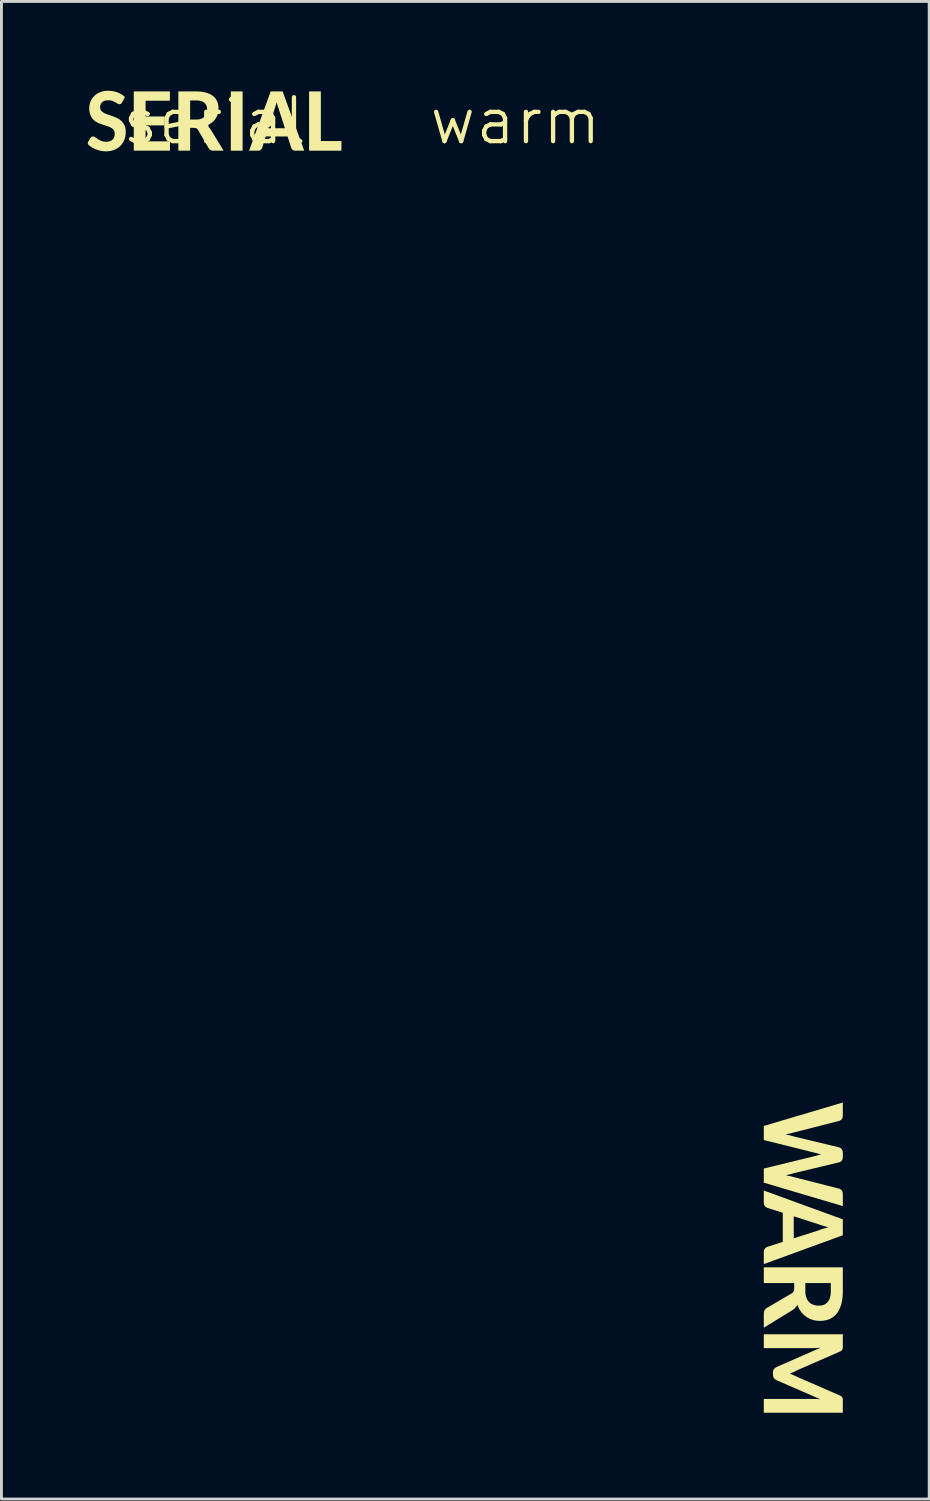
<source format=kicad_pcb>
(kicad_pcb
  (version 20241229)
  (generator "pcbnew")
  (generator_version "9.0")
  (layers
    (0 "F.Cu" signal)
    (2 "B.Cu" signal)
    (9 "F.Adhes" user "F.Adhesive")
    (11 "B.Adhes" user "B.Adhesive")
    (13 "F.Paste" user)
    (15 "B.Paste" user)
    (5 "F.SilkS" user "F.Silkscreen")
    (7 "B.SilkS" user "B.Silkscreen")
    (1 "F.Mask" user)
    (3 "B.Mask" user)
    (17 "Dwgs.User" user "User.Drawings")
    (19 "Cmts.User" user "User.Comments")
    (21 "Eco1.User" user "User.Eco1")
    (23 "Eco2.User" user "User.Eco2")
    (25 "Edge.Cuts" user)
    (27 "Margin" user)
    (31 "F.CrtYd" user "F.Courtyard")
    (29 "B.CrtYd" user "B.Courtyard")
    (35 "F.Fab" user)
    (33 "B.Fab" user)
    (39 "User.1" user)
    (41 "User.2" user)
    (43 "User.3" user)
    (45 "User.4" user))
  (footprint "warm"
    (layer "F.Cu")
    (at 14.859 1.155)
    (property "Reference" "warm" (at 0 0 0) (layer "F.SilkS") (effects (font (size 1.524 1.524) (thickness 0.15))))
    (attr through_hole)
    (fp_poly (pts (xy 8.626 39.71) (xy 11.371 38.709) (xy 11.371 38.156) (xy 8.626 37.155) (xy 8.626 37.579) (xy 8.63 37.622) (xy 8.643 37.66) (xy 8.663 37.692) (xy 8.69 37.721) (xy 8.718 37.742) (xy 8.748 37.757) (xy 9.285 37.928) (xy 9.666 38.05) (xy 10.532 38.329) (xy 10.565 38.341) (xy 10.602 38.353) (xy 10.641 38.366) (xy 10.683 38.379) (xy 10.718 38.389) (xy 10.754 38.4) (xy 10.792 38.41) (xy 10.831 38.42) (xy 10.871 38.43) (xy 10.831 38.441) (xy 10.792 38.452) (xy 10.754 38.463) (xy 10.718 38.473) (xy 10.683 38.484) (xy 10.642 38.497) (xy 10.603 38.511) (xy 10.567 38.523) (xy 10.534 38.536) (xy 9.666 38.815) (xy 9.666 38.05) (xy 9.285 37.928) (xy 9.285 38.939) (xy 8.746 39.113) (xy 8.713 39.129) (xy 8.684 39.15) (xy 8.659 39.177) (xy 8.645 39.2) (xy 8.634 39.227) (xy 8.628 39.258) (xy 8.626 39.292) (xy 8.626 39.71)) (stroke (width 0.000001) (type solid)) (fill yes) (layer "F.SilkS"))
    (fp_poly (pts (xy 9.798 43.393) (xy 9.798 43.393) (xy 11.286 42.742) (xy 11.314 42.725) (xy 11.334 42.707) (xy 11.348 42.689) (xy 11.359 42.668) (xy 11.365 42.646) (xy 11.369 42.62) (xy 11.37 42.593) (xy 11.371 42.56) (xy 11.371 42.149) (xy 8.626 42.149) (xy 8.626 42.629) (xy 10.344 42.629) (xy 10.373 42.628) (xy 10.404 42.627) (xy 10.435 42.626) (xy 10.468 42.624) (xy 10.502 42.622) (xy 10.536 42.619) (xy 10.571 42.616) (xy 10.606 42.612) (xy 9.064 43.288) (xy 9.028 43.311) (xy 8.998 43.338) (xy 8.974 43.368) (xy 8.958 43.401) (xy 8.948 43.438) (xy 8.944 43.478) (xy 8.944 43.555) (xy 8.948 43.594) (xy 8.958 43.631) (xy 8.974 43.664) (xy 8.998 43.693) (xy 9.028 43.72) (xy 9.064 43.743) (xy 10.598 44.409) (xy 10.564 44.406) (xy 10.53 44.403) (xy 10.497 44.4) (xy 10.464 44.398) (xy 10.422 44.397) (xy 10.382 44.396) (xy 10.344 44.396) (xy 8.626 44.396) (xy 8.626 44.874) (xy 11.371 44.874) (xy 11.371 44.464) (xy 11.37 44.431) (xy 11.369 44.402) (xy 11.365 44.377) (xy 11.359 44.355) (xy 11.349 44.335) (xy 11.334 44.315) (xy 11.314 44.299) (xy 11.286 44.282) (xy 9.802 43.637) (xy 9.77 43.62) (xy 9.736 43.604) (xy 9.703 43.588) (xy 9.668 43.573) (xy 9.633 43.559) (xy 9.599 43.544) (xy 9.563 43.53) (xy 9.527 43.515) (xy 9.562 43.502) (xy 9.597 43.488) (xy 9.631 43.474) (xy 9.665 43.459) (xy 9.699 43.444) (xy 9.732 43.427) (xy 9.765 43.411) (xy 9.798 43.393)) (stroke (width 0.000001) (type solid)) (fill yes) (layer "F.SilkS"))
    (fp_poly (pts (xy 11.371 34.097) (xy 8.626 34.911) (xy 8.626 35.401) (xy 10.451 35.855) (xy 10.476 35.862) (xy 10.502 35.87) (xy 10.53 35.878) (xy 10.559 35.886) (xy 10.589 35.893) (xy 10.621 35.901) (xy 10.589 35.907) (xy 10.559 35.914) (xy 10.53 35.921) (xy 10.502 35.93) (xy 10.476 35.938) (xy 10.451 35.946) (xy 8.626 36.39) (xy 8.626 36.882) (xy 11.371 37.696) (xy 11.371 37.27) (xy 11.369 37.238) (xy 11.362 37.208) (xy 11.35 37.18) (xy 11.334 37.154) (xy 11.309 37.126) (xy 11.281 37.106) (xy 11.251 37.092) (xy 9.664 36.687) (xy 9.633 36.679) (xy 9.601 36.671) (xy 9.568 36.662) (xy 9.533 36.654) (xy 9.498 36.647) (xy 9.461 36.64) (xy 9.423 36.632) (xy 9.385 36.625) (xy 9.423 36.617) (xy 9.461 36.608) (xy 9.498 36.599) (xy 9.533 36.59) (xy 9.569 36.582) (xy 9.603 36.573) (xy 9.635 36.563) (xy 9.666 36.553) (xy 11.251 36.173) (xy 11.286 36.158) (xy 11.315 36.137) (xy 11.338 36.109) (xy 11.352 36.086) (xy 11.363 36.059) (xy 11.369 36.028) (xy 11.371 35.994) (xy 11.371 35.834) (xy 11.367 35.792) (xy 11.354 35.755) (xy 11.334 35.721) (xy 11.309 35.693) (xy 11.281 35.671) (xy 11.251 35.657) (xy 9.668 35.277) (xy 9.636 35.266) (xy 9.603 35.256) (xy 9.568 35.247) (xy 9.531 35.238) (xy 9.495 35.23) (xy 9.457 35.221) (xy 9.418 35.213) (xy 9.378 35.205) (xy 9.419 35.197) (xy 9.458 35.189) (xy 9.495 35.181) (xy 9.532 35.173) (xy 9.567 35.165) (xy 9.601 35.156) (xy 9.634 35.148) (xy 9.666 35.139) (xy 11.251 34.734) (xy 11.285 34.719) (xy 11.314 34.698) (xy 11.338 34.67) (xy 11.352 34.645) (xy 11.363 34.617) (xy 11.369 34.586) (xy 11.371 34.552) (xy 11.371 34.097)) (stroke (width 0.000001) (type solid)) (fill yes) (layer "F.SilkS"))
    (fp_poly (pts (xy 9.682 40.369) (xy 9.682 40.553) (xy 9.68 40.596) (xy 9.673 40.632) (xy 9.662 40.66) (xy 9.645 40.685) (xy 9.621 40.709) (xy 9.591 40.73) (xy 8.736 41.231) (xy 8.702 41.256) (xy 8.675 41.284) (xy 8.653 41.316) (xy 8.638 41.351) (xy 8.629 41.389) (xy 8.626 41.431) (xy 8.626 41.921) (xy 9.626 41.307) (xy 9.654 41.287) (xy 9.68 41.266) (xy 9.703 41.245) (xy 9.724 41.222) (xy 9.75 41.191) (xy 9.773 41.159) (xy 9.794 41.125) (xy 10.136 40.945) (xy 10.119 40.911) (xy 10.104 40.873) (xy 10.093 40.84) (xy 10.084 40.806) (xy 10.078 40.769) (xy 10.073 40.73) (xy 10.07 40.689) (xy 10.069 40.646) (xy 10.069 40.369) (xy 10.954 40.369) (xy 10.954 40.65) (xy 10.952 40.7) (xy 10.949 40.747) (xy 10.944 40.792) (xy 10.936 40.834) (xy 10.926 40.873) (xy 10.914 40.91) (xy 10.9 40.944) (xy 10.883 40.975) (xy 10.865 41.004) (xy 10.844 41.03) (xy 10.819 41.056) (xy 10.792 41.079) (xy 10.762 41.099) (xy 10.73 41.116) (xy 10.696 41.13) (xy 10.659 41.14) (xy 10.62 41.148) (xy 10.579 41.153) (xy 10.536 41.154) (xy 10.496 41.153) (xy 10.457 41.149) (xy 10.42 41.143) (xy 10.383 41.134) (xy 10.348 41.123) (xy 10.315 41.11) (xy 10.284 41.095) (xy 10.254 41.077) (xy 10.227 41.056) (xy 10.201 41.032) (xy 10.177 41.006) (xy 10.156 40.977) (xy 10.136 40.945) (xy 9.794 41.125) (xy 9.808 41.163) (xy 9.823 41.199) (xy 9.84 41.235) (xy 9.858 41.269) (xy 9.877 41.301) (xy 9.897 41.333) (xy 9.918 41.363) (xy 9.941 41.392) (xy 9.964 41.419) (xy 9.989 41.445) (xy 10.014 41.47) (xy 10.041 41.494) (xy 10.068 41.516) (xy 10.096 41.537) (xy 10.125 41.557) (xy 10.155 41.575) (xy 10.186 41.592) (xy 10.218 41.608) (xy 10.25 41.622) (xy 10.283 41.635) (xy 10.317 41.646) (xy 10.352 41.656) (xy 10.388 41.664) (xy 10.424 41.671) (xy 10.46 41.677) (xy 10.497 41.68) (xy 10.535 41.683) (xy 10.573 41.683) (xy 10.612 41.683) (xy 10.65 41.68) (xy 10.687 41.677) (xy 10.724 41.672) (xy 10.759 41.665) (xy 10.795 41.658) (xy 10.829 41.648) (xy 10.863 41.638) (xy 10.896 41.625) (xy 10.932 41.61) (xy 10.966 41.592) (xy 11 41.572) (xy 11.032 41.551) (xy 11.063 41.526) (xy 11.093 41.5) (xy 11.121 41.472) (xy 11.148 41.442) (xy 11.171 41.413) (xy 11.192 41.383) (xy 11.213 41.351) (xy 11.232 41.317) (xy 11.25 41.281) (xy 11.267 41.244) (xy 11.283 41.205) (xy 11.298 41.164) (xy 11.311 41.121) (xy 11.321 41.088) (xy 11.329 41.053) (xy 11.337 41.018) (xy 11.344 40.981) (xy 11.351 40.944) (xy 11.356 40.905) (xy 11.361 40.865) (xy 11.364 40.824) (xy 11.367 40.782) (xy 11.369 40.739) (xy 11.371 40.695) (xy 11.371 40.65) (xy 11.371 39.823) (xy 8.626 39.823) (xy 8.626 40.369) (xy 9.682 40.369)) (stroke (width 0.000001) (type solid)) (fill yes) (layer "F.SilkS")))
  (footprint "serial"
    (layer "F.Cu")
    (at 4.405 1.155)
    (property "Reference" "serial" (at 0 0 0) (layer "F.SilkS") (effects (font (size 1.524 1.524) (thickness 0.15))))
    (attr through_hole)
    (fp_poly (pts (xy 0.974 1.03) (xy 0.974 -1.029) (xy 0.564 -1.029) (xy 0.564 1.03) (xy 0.974 1.03)) (stroke (width 0.000001) (type solid)) (fill yes) (layer "F.SilkS"))
    (fp_poly (pts (xy 3.691 0.695) (xy 3.691 -1.029) (xy 3.283 -1.029) (xy 3.283 1.03) (xy 4.406 1.03) (xy 4.406 0.695) (xy 3.691 0.695)) (stroke (width 0.000001) (type solid)) (fill yes) (layer "F.SilkS"))
    (fp_poly (pts (xy -1.552 -1.029) (xy -2.808 -1.029) (xy -2.808 1.03) (xy -1.552 1.03) (xy -1.55 0.706) (xy -2.398 0.706) (xy -2.398 0.151) (xy -1.739 0.151) (xy -1.739 -0.16) (xy -2.398 -0.16) (xy -2.398 -0.705) (xy -1.552 -0.705) (xy -1.552 -1.029)) (stroke (width 0.000001) (type solid)) (fill yes) (layer "F.SilkS"))
    (fp_poly (pts (xy 3.114 1.03) (xy 2.364 -1.029) (xy 1.949 -1.029) (xy 1.198 1.03) (xy 1.516 1.03) (xy 1.548 1.027) (xy 1.577 1.018) (xy 1.601 1.002) (xy 1.631 0.972) (xy 1.649 0.939) (xy 1.778 0.536) (xy 1.87 0.25) (xy 2.079 -0.399) (xy 2.091 -0.433) (xy 2.103 -0.471) (xy 2.116 -0.512) (xy 2.126 -0.546) (xy 2.136 -0.58) (xy 2.145 -0.616) (xy 2.155 -0.653) (xy 2.165 -0.616) (xy 2.175 -0.58) (xy 2.185 -0.546) (xy 2.195 -0.512) (xy 2.208 -0.472) (xy 2.221 -0.435) (xy 2.234 -0.401) (xy 2.443 0.25) (xy 1.87 0.25) (xy 1.778 0.536) (xy 2.536 0.536) (xy 2.666 0.94) (xy 2.679 0.965) (xy 2.695 0.986) (xy 2.715 1.005) (xy 2.739 1.019) (xy 2.768 1.027) (xy 2.801 1.03) (xy 3.114 1.03)) (stroke (width 0.000001) (type solid)) (fill yes) (layer "F.SilkS"))
    (fp_poly (pts (xy -0.85 0.238) (xy -0.712 0.238) (xy -0.679 0.24) (xy -0.652 0.245) (xy -0.631 0.253) (xy -0.603 0.274) (xy -0.578 0.306) (xy -0.203 0.948) (xy -0.18 0.978) (xy -0.154 1.001) (xy -0.124 1.017) (xy -0.09 1.027) (xy -0.053 1.03) (xy 0.315 1.03) (xy -0.146 0.28) (xy -0.166 0.252) (xy -0.187 0.228) (xy -0.209 0.207) (xy -0.233 0.187) (xy -0.257 0.17) (xy -0.282 0.154) (xy -0.405 -0.11) (xy -0.437 -0.093) (xy -0.471 -0.078) (xy -0.501 -0.069) (xy -0.533 -0.061) (xy -0.567 -0.056) (xy -0.603 -0.053) (xy -0.642 -0.052) (xy -0.85 -0.052) (xy -0.85 -0.715) (xy -0.639 -0.715) (xy -0.592 -0.714) (xy -0.549 -0.71) (xy -0.508 -0.704) (xy -0.471 -0.695) (xy -0.437 -0.683) (xy -0.406 -0.669) (xy -0.378 -0.653) (xy -0.353 -0.633) (xy -0.329 -0.609) (xy -0.308 -0.582) (xy -0.291 -0.551) (xy -0.278 -0.518) (xy -0.268 -0.483) (xy -0.262 -0.444) (xy -0.26 -0.402) (xy -0.262 -0.365) (xy -0.266 -0.329) (xy -0.274 -0.294) (xy -0.284 -0.261) (xy -0.296 -0.231) (xy -0.312 -0.202) (xy -0.33 -0.175) (xy -0.352 -0.151) (xy -0.377 -0.129) (xy -0.405 -0.11) (xy -0.282 0.154) (xy -0.249 0.142) (xy -0.218 0.128) (xy -0.187 0.113) (xy -0.158 0.097) (xy -0.13 0.08) (xy -0.104 0.061) (xy -0.074 0.037) (xy -0.046 0.012) (xy -0.02 -0.015) (xy 0.004 -0.043) (xy 0.026 -0.072) (xy 0.047 -0.103) (xy 0.066 -0.135) (xy 0.082 -0.168) (xy 0.096 -0.203) (xy 0.109 -0.238) (xy 0.119 -0.275) (xy 0.126 -0.313) (xy 0.132 -0.351) (xy 0.135 -0.39) (xy 0.136 -0.43) (xy 0.136 -0.467) (xy 0.133 -0.504) (xy 0.128 -0.539) (xy 0.122 -0.574) (xy 0.114 -0.607) (xy 0.105 -0.64) (xy 0.093 -0.672) (xy 0.077 -0.708) (xy 0.058 -0.742) (xy 0.037 -0.774) (xy 0.012 -0.805) (xy -0.015 -0.834) (xy -0.045 -0.861) (xy -0.073 -0.883) (xy -0.103 -0.903) (xy -0.135 -0.922) (xy -0.169 -0.94) (xy -0.206 -0.956) (xy -0.244 -0.971) (xy -0.285 -0.984) (xy -0.319 -0.993) (xy -0.354 -1.001) (xy -0.39 -1.009) (xy -0.428 -1.015) (xy -0.467 -1.02) (xy -0.508 -1.024) (xy -0.55 -1.026) (xy -0.594 -1.028) (xy -0.639 -1.029) (xy -1.259 -1.029) (xy -1.259 1.03) (xy -0.85 1.03) (xy -0.85 0.238)) (stroke (width 0.000001) (type solid)) (fill yes) (layer "F.SilkS"))
    (fp_poly (pts (xy -3.218 -0.641) (xy -3.115 -0.833) (xy -3.142 -0.859) (xy -3.171 -0.882) (xy -3.201 -0.905) (xy -3.233 -0.926) (xy -3.266 -0.945) (xy -3.3 -0.963) (xy -3.336 -0.979) (xy -3.373 -0.995) (xy -3.407 -1.007) (xy -3.442 -1.017) (xy -3.477 -1.026) (xy -3.512 -1.034) (xy -3.549 -1.041) (xy -3.586 -1.045) (xy -3.623 -1.049) (xy -3.662 -1.051) (xy -3.701 -1.052) (xy -3.739 -1.051) (xy -3.777 -1.049) (xy -3.813 -1.045) (xy -3.849 -1.039) (xy -3.883 -1.032) (xy -3.916 -1.023) (xy -3.948 -1.013) (xy -3.98 -1.001) (xy -4.013 -0.986) (xy -4.046 -0.97) (xy -4.076 -0.952) (xy -4.106 -0.933) (xy -4.133 -0.912) (xy -4.16 -0.891) (xy -4.184 -0.867) (xy -4.211 -0.839) (xy -4.236 -0.809) (xy -4.258 -0.777) (xy -4.278 -0.745) (xy -4.296 -0.711) (xy -4.311 -0.675) (xy -4.325 -0.639) (xy -4.335 -0.603) (xy -4.344 -0.567) (xy -4.35 -0.53) (xy -4.354 -0.493) (xy -4.355 -0.455) (xy -4.354 -0.415) (xy -4.352 -0.377) (xy -4.348 -0.341) (xy -4.343 -0.307) (xy -4.336 -0.275) (xy -4.327 -0.245) (xy -4.318 -0.216) (xy -4.301 -0.179) (xy -4.283 -0.144) (xy -4.263 -0.112) (xy -4.241 -0.082) (xy -4.217 -0.055) (xy -4.191 -0.03) (xy -4.164 -0.007) (xy -4.136 0.014) (xy -4.107 0.033) (xy -4.076 0.05) (xy -4.043 0.065) (xy -4.011 0.08) (xy -3.978 0.093) (xy -3.946 0.105) (xy -3.913 0.117) (xy -3.88 0.128) (xy -3.847 0.139) (xy -3.814 0.149) (xy -3.782 0.16) (xy -3.75 0.17) (xy -3.711 0.182) (xy -3.674 0.196) (xy -3.64 0.211) (xy -3.607 0.227) (xy -3.578 0.244) (xy -3.552 0.264) (xy -3.528 0.286) (xy -3.508 0.309) (xy -3.491 0.336) (xy -3.479 0.366) (xy -3.472 0.4) (xy -3.47 0.438) (xy -3.472 0.483) (xy -3.478 0.523) (xy -3.489 0.56) (xy -3.504 0.594) (xy -3.523 0.623) (xy -3.547 0.649) (xy -3.575 0.671) (xy -3.606 0.688) (xy -3.64 0.702) (xy -3.678 0.712) (xy -3.719 0.718) (xy -3.764 0.72) (xy -3.801 0.719) (xy -3.837 0.716) (xy -3.87 0.71) (xy -3.901 0.702) (xy -3.93 0.692) (xy -3.964 0.677) (xy -3.995 0.662) (xy -4.025 0.645) (xy -4.052 0.629) (xy -4.086 0.606) (xy -4.117 0.585) (xy -4.145 0.565) (xy -4.171 0.549) (xy -4.196 0.539) (xy -4.221 0.536) (xy -4.249 0.539) (xy -4.274 0.55) (xy -4.295 0.566) (xy -4.311 0.587) (xy -4.346 0.642) (xy -4.375 0.687) (xy -4.395 0.726) (xy -4.405 0.759) (xy -4.403 0.79) (xy -4.385 0.822) (xy -4.351 0.855) (xy -4.299 0.892) (xy -4.268 0.911) (xy -4.237 0.93) (xy -4.204 0.947) (xy -4.171 0.963) (xy -4.138 0.977) (xy -4.103 0.991) (xy -4.068 1.003) (xy -4.033 1.014) (xy -3.997 1.024) (xy -3.961 1.032) (xy -3.924 1.039) (xy -3.887 1.045) (xy -3.849 1.049) (xy -3.812 1.051) (xy -3.775 1.052) (xy -3.734 1.051) (xy -3.695 1.049) (xy -3.657 1.044) (xy -3.62 1.039) (xy -3.584 1.031) (xy -3.549 1.022) (xy -3.516 1.012) (xy -3.483 0.999) (xy -3.448 0.983) (xy -3.413 0.966) (xy -3.381 0.947) (xy -3.35 0.927) (xy -3.32 0.905) (xy -3.292 0.881) (xy -3.266 0.857) (xy -3.242 0.83) (xy -3.219 0.802) (xy -3.199 0.772) (xy -3.18 0.742) (xy -3.162 0.71) (xy -3.147 0.677) (xy -3.133 0.643) (xy -3.121 0.607) (xy -3.11 0.571) (xy -3.102 0.534) (xy -3.095 0.497) (xy -3.09 0.459) (xy -3.088 0.42) (xy -3.087 0.381) (xy -3.088 0.339) (xy -3.091 0.299) (xy -3.096 0.262) (xy -3.104 0.226) (xy -3.114 0.193) (xy -3.125 0.162) (xy -3.141 0.127) (xy -3.159 0.095) (xy -3.179 0.064) (xy -3.202 0.036) (xy -3.226 0.01) (xy -3.252 -0.014) (xy -3.279 -0.036) (xy -3.307 -0.057) (xy -3.337 -0.075) (xy -3.369 -0.092) (xy -3.401 -0.108) (xy -3.433 -0.124) (xy -3.465 -0.138) (xy -3.498 -0.151) (xy -3.532 -0.164) (xy -3.565 -0.176) (xy -3.598 -0.188) (xy -3.631 -0.199) (xy -3.663 -0.21) (xy -3.696 -0.221) (xy -3.734 -0.234) (xy -3.771 -0.249) (xy -3.806 -0.264) (xy -3.838 -0.28) (xy -3.868 -0.298) (xy -3.895 -0.317) (xy -3.918 -0.337) (xy -3.939 -0.359) (xy -3.956 -0.384) (xy -3.967 -0.411) (xy -3.974 -0.442) (xy -3.976 -0.475) (xy -3.974 -0.518) (xy -3.965 -0.557) (xy -3.951 -0.592) (xy -3.932 -0.624) (xy -3.907 -0.653) (xy -3.881 -0.674) (xy -3.852 -0.691) (xy -3.818 -0.705) (xy -3.781 -0.714) (xy -3.74 -0.72) (xy -3.696 -0.722) (xy -3.657 -0.72) (xy -3.621 -0.716) (xy -3.588 -0.709) (xy -3.556 -0.7) (xy -3.518 -0.685) (xy -3.483 -0.669) (xy -3.451 -0.652) (xy -3.421 -0.636) (xy -3.394 -0.62) (xy -3.37 -0.605) (xy -3.337 -0.589) (xy -3.307 -0.584) (xy -3.278 -0.587) (xy -3.256 -0.596) (xy -3.235 -0.614) (xy -3.218 -0.641)) (stroke (width 0.000001) (type solid)) (fill yes) (layer "F.SilkS")))
  (gr_rect
    (start -3 -3)
    (end 29.23 49.028)
    (stroke (width 0.1) (type default))
    (fill no)
    (layer "Edge.Cuts")))
</source>
